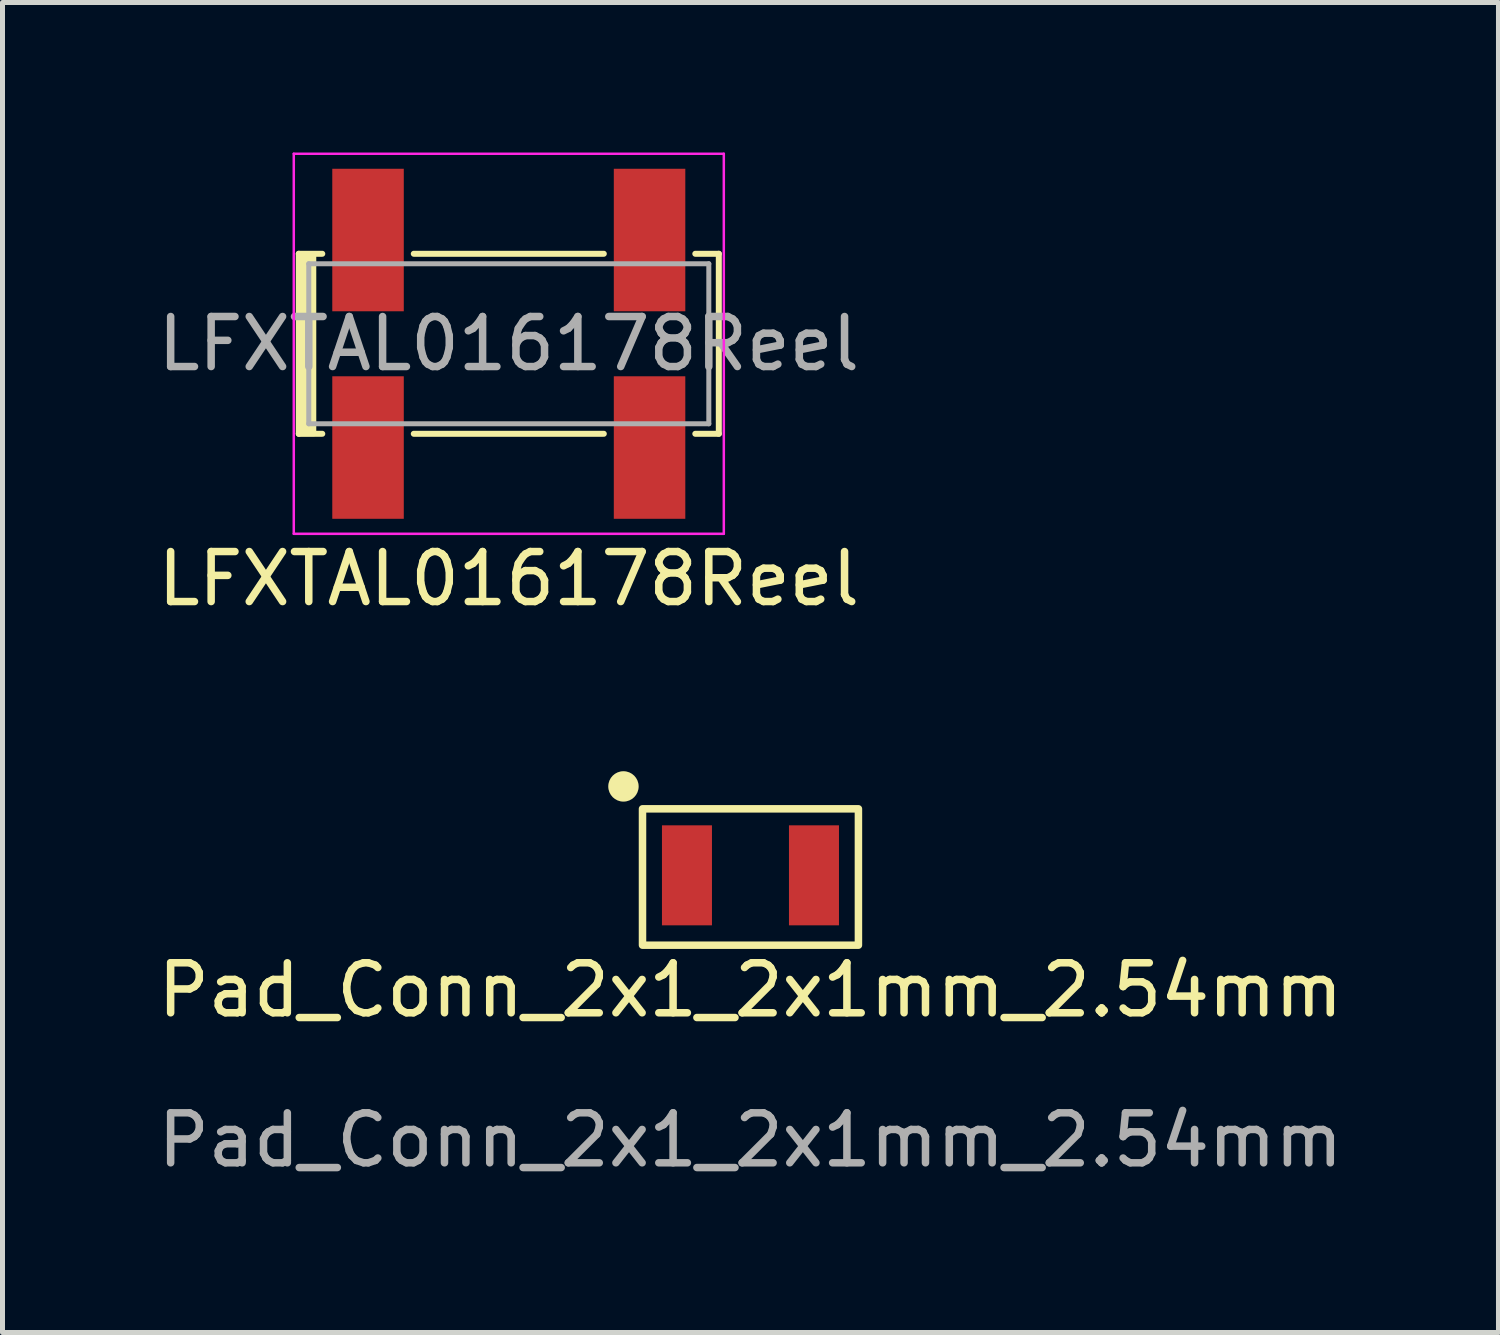
<source format=kicad_pcb>
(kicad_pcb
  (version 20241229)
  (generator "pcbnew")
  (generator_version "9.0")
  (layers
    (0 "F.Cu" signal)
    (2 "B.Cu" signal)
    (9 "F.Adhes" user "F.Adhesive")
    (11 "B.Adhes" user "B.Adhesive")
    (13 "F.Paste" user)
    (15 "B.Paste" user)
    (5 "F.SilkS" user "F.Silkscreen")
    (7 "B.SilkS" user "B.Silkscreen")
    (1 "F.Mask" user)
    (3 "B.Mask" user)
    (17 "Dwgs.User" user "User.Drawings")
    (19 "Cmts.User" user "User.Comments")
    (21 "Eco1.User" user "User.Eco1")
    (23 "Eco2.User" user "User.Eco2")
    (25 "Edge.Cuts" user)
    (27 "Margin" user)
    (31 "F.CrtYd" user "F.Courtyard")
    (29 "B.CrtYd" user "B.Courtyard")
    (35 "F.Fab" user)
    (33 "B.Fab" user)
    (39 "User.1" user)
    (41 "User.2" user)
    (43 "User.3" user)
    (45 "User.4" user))
  (footprint "LFXTAL016178Reel"
    (layer "F.Cu")
    (at 7.125 9.025)
    (property "Reference" "LFXTAL016178Reel" (at 0 -0.5 0) (unlocked yes) (layer "F.SilkS") (effects (font (size 1 1) (thickness 0.15))))
    (attr smd)
    (fp_line (start -4.2 -7) (end -3.73 -7) (stroke (width 0.12) (type solid)) (layer "F.SilkS"))
    (fp_line (start -4.2 -3.4) (end -4.2 -7) (stroke (width 0.12) (type solid)) (layer "F.SilkS"))
    (fp_line (start -4.2 -3.4) (end -3.73 -3.4) (stroke (width 0.12) (type solid)) (layer "F.SilkS"))
    (fp_line (start -1.9 -7) (end 1.9 -7) (stroke (width 0.12) (type solid)) (layer "F.SilkS"))
    (fp_line (start 1.9 -3.4) (end -1.9 -3.4) (stroke (width 0.12) (type solid)) (layer "F.SilkS"))
    (fp_line (start 3.73 -7) (end 4.2 -7) (stroke (width 0.12) (type solid)) (layer "F.SilkS"))
    (fp_line (start 4.2 -7) (end 4.2 -3.4) (stroke (width 0.12) (type solid)) (layer "F.SilkS"))
    (fp_line (start 4.2 -3.4) (end 3.73 -3.4) (stroke (width 0.12) (type solid)) (layer "F.SilkS"))
    (fp_rect (start -4.2 -7) (end -3.9 -3.4) (stroke (width 0.1) (type solid)) (fill yes) (layer "F.SilkS"))
    (fp_line (start -4.3 -9) (end -4.3 -1.4) (stroke (width 0.05) (type solid)) (layer "F.CrtYd"))
    (fp_line (start -4.3 -1.4) (end 4.3 -1.4) (stroke (width 0.05) (type solid)) (layer "F.CrtYd"))
    (fp_line (start 4.3 -9) (end -4.3 -9) (stroke (width 0.05) (type solid)) (layer "F.CrtYd"))
    (fp_line (start 4.3 -1.4) (end 4.3 -9) (stroke (width 0.05) (type solid)) (layer "F.CrtYd"))
    (fp_line (start -4 -6.8) (end 4 -6.8) (stroke (width 0.1) (type solid)) (layer "F.Fab"))
    (fp_line (start -4 -3.6) (end -4 -6.8) (stroke (width 0.1) (type solid)) (layer "F.Fab"))
    (fp_line (start 4 -6.8) (end 4 -3.6) (stroke (width 0.1) (type solid)) (layer "F.Fab"))
    (fp_line (start 4 -3.6) (end -4 -3.6) (stroke (width 0.1) (type solid)) (layer "F.Fab"))
    (fp_text user "${REFERENCE}" (at 0 -5.2 0) (layer "F.Fab") (effects (font (size 1 1) (thickness 0.15))))
    (pad "1" smd rect (at -2.815 -3.125) (size 1.43 2.85) (layers "F.Cu" "F.Mask" "F.Paste"))
    (pad "2" smd rect (at 2.815 -3.125) (size 1.43 2.85) (layers "F.Cu" "F.Mask" "F.Paste"))
    (pad "3" smd rect (at 2.815 -7.275) (size 1.43 2.85) (layers "F.Cu" "F.Mask" "F.Paste"))
    (pad "4" smd rect (at -2.815 -7.275) (size 1.43 2.85) (layers "F.Cu" "F.Mask" "F.Paste")))
  (footprint "Pad_Conn_2x1_2x1mm_2.54mm"
    (layer "F.Cu")
    (at 11.958 17.249)
    (property "Reference" "Pad_Conn_2x1_2x1mm_2.54mm" (at 0 -0.5 0) (unlocked yes) (layer "F.SilkS") (effects (font (size 1 1) (thickness 0.15))))
    (attr smd)
    (fp_rect (start -2.159 -4.124) (end 2.159 -1.397) (stroke (width 0.15) (type default)) (fill no) (layer "F.SilkS"))
    (fp_circle (center -2.54 -4.572) (end -2.286 -4.572) (stroke (width 0.1) (type solid)) (fill yes) (layer "F.SilkS"))
    (fp_text user "${REFERENCE}" (at 0 2.5 0) (unlocked yes) (layer "F.Fab") (effects (font (size 1 1) (thickness 0.15))))
    (pad "1" smd rect (at -1.27 -2.794) (size 1 2) (layers "F.Cu" "F.Mask" "F.Paste"))
    (pad "2" smd rect (at 1.27 -2.794) (size 1 2) (layers "F.Cu" "F.Mask" "F.Paste")))
  (gr_rect
    (start -3 -3)
    (end 26.917 23.598)
    (stroke (width 0.1) (type default))
    (fill no)
    (layer "Edge.Cuts")))
</source>
